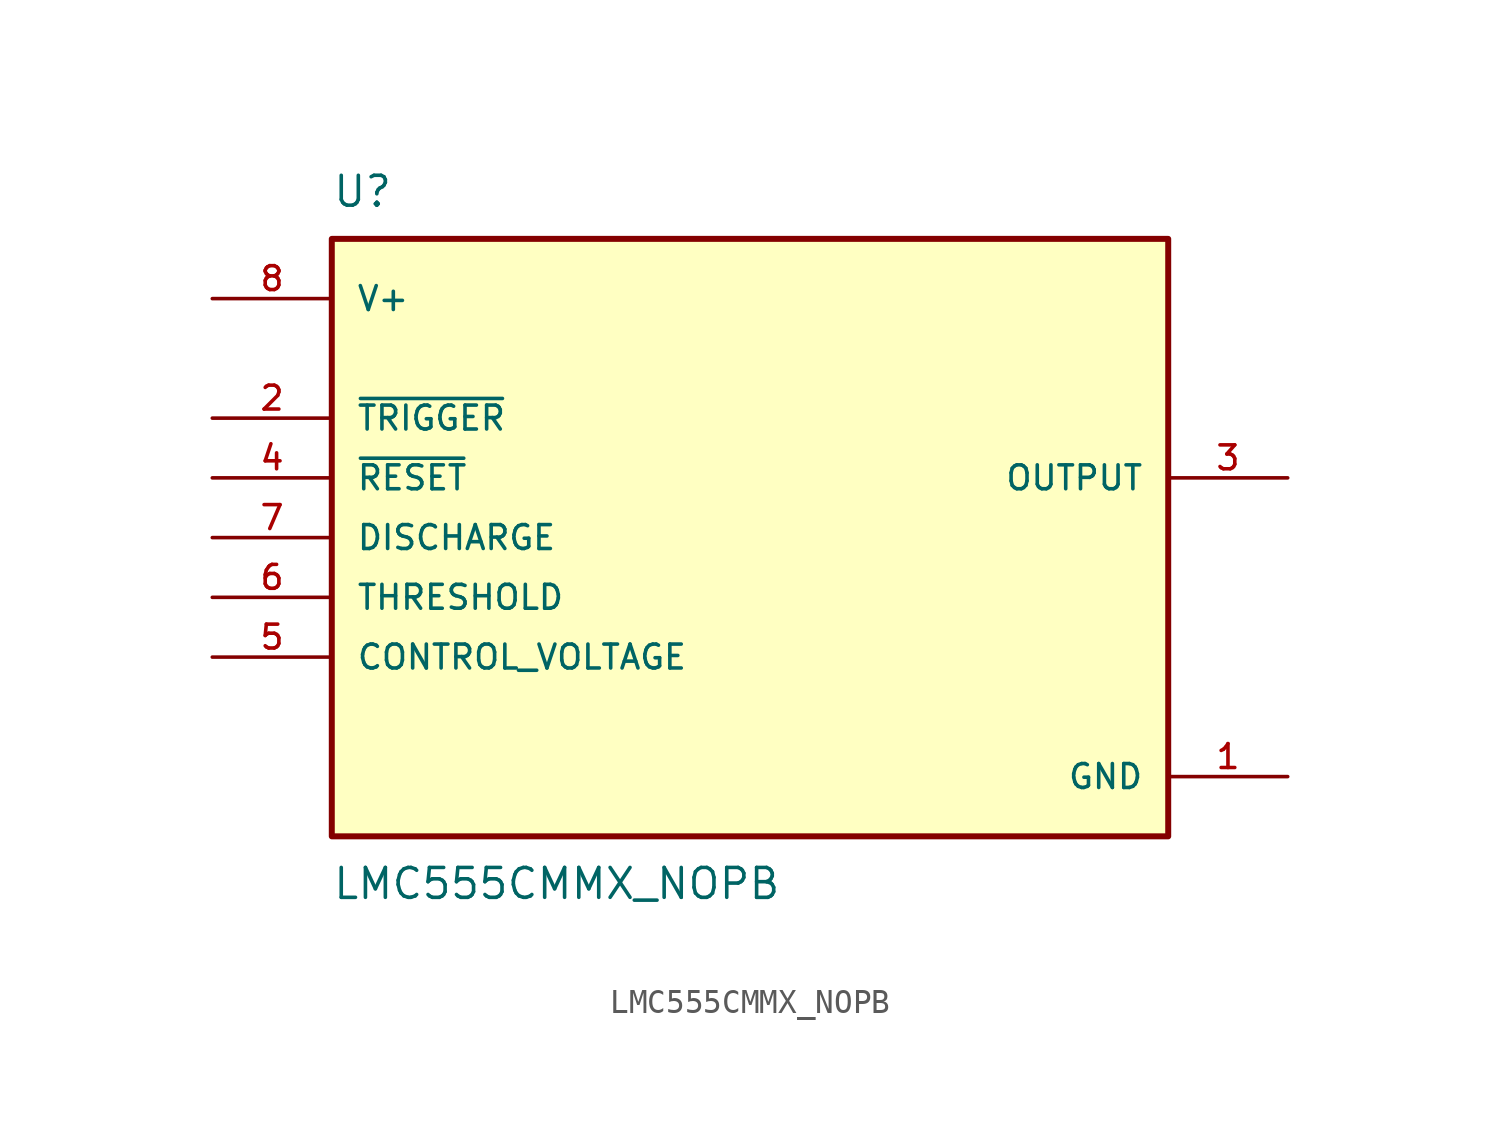
<source format=kicad_sym>
(kicad_symbol_lib
  (version 20211014)
  (generator kicad_symbol_editor)
  (symbol "LMC555CMMX_NOPB"
    (pin_names
      (offset 1.016))
    (property "Reference" "U"
      (at -17.78 13.97 0)
      (effects (font (size 1.27 1.27)) (justify bottom left)))
    (property "Value" "LMC555CMMX_NOPB"
      (at -17.78 -13.97 0)
      (effects (font (size 1.27 1.27)) (justify top left)))
    (symbol "LMC555CMMX_NOPB_0_0"
      (rectangle (start -17.78 -12.7) (end 17.78 12.7) (stroke (width 0.254)) (fill (type background)))
      (pin power_in line (at 22.86 -10.16 180.0) (length 5.08) (name "GND" (effects (font (size 1.016 1.016)))) (number "1" (effects (font (size 1.016 1.016)))))
      (pin input line (at -22.86 5.08 0) (length 5.08) (name "~{TRIGGER}" (effects (font (size 1.016 1.016)))) (number "2" (effects (font (size 1.016 1.016)))))
      (pin output line (at 22.86 2.54 180.0) (length 5.08) (name "OUTPUT" (effects (font (size 1.016 1.016)))) (number "3" (effects (font (size 1.016 1.016)))))
      (pin input line (at -22.86 2.54 0) (length 5.08) (name "~{RESET}" (effects (font (size 1.016 1.016)))) (number "4" (effects (font (size 1.016 1.016)))))
      (pin input line (at -22.86 -5.08 0) (length 5.08) (name "CONTROL_VOLTAGE" (effects (font (size 1.016 1.016)))) (number "5" (effects (font (size 1.016 1.016)))))
      (pin input line (at -22.86 -2.54 0) (length 5.08) (name "THRESHOLD" (effects (font (size 1.016 1.016)))) (number "6" (effects (font (size 1.016 1.016)))))
      (pin input line (at -22.86 0.0 0) (length 5.08) (name "DISCHARGE" (effects (font (size 1.016 1.016)))) (number "7" (effects (font (size 1.016 1.016)))))
      (pin power_in line (at -22.86 10.16 0) (length 5.08) (name "V+" (effects (font (size 1.016 1.016)))) (number "8" (effects (font (size 1.016 1.016))))))))
</source>
